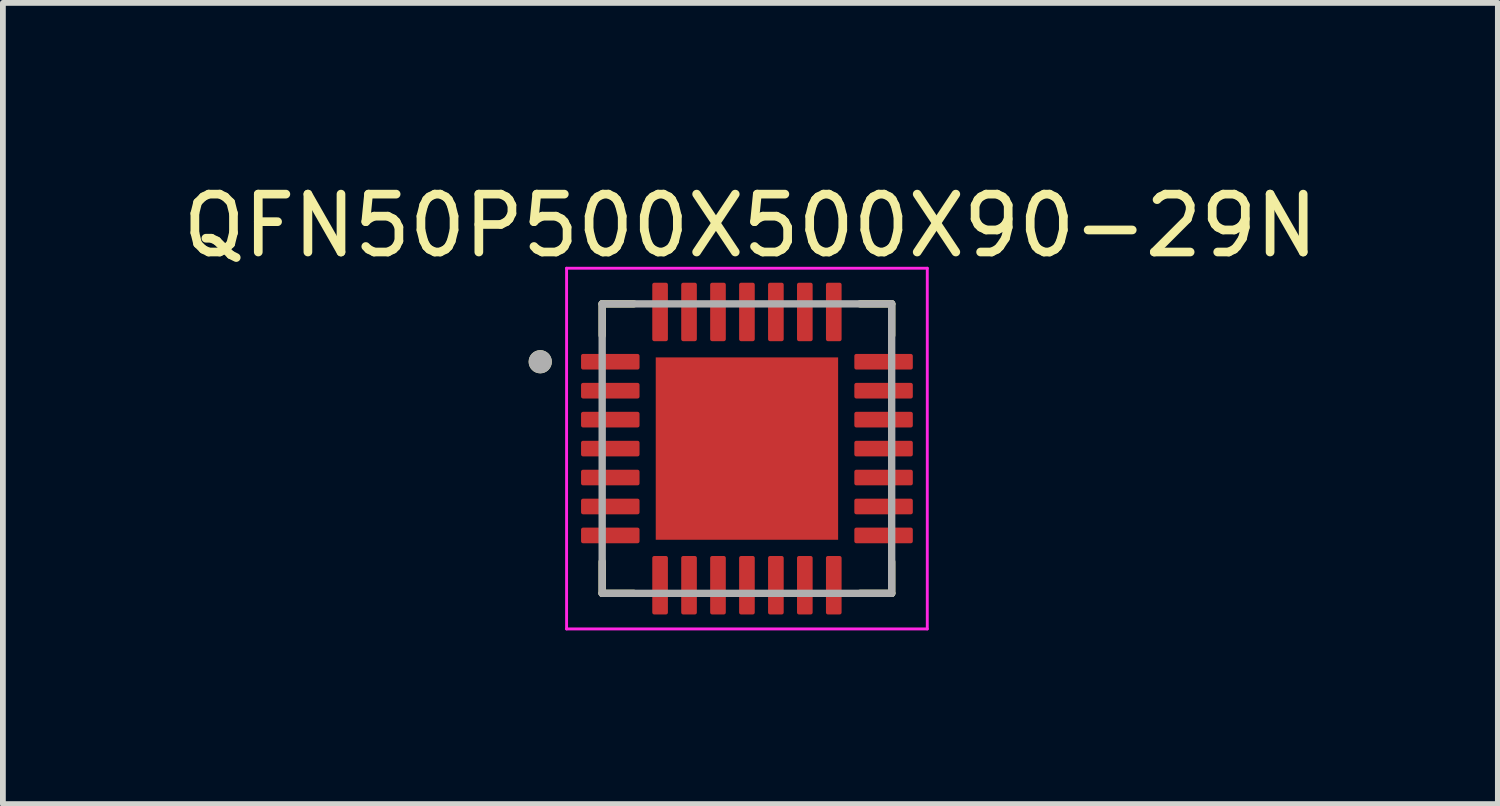
<source format=kicad_pcb>
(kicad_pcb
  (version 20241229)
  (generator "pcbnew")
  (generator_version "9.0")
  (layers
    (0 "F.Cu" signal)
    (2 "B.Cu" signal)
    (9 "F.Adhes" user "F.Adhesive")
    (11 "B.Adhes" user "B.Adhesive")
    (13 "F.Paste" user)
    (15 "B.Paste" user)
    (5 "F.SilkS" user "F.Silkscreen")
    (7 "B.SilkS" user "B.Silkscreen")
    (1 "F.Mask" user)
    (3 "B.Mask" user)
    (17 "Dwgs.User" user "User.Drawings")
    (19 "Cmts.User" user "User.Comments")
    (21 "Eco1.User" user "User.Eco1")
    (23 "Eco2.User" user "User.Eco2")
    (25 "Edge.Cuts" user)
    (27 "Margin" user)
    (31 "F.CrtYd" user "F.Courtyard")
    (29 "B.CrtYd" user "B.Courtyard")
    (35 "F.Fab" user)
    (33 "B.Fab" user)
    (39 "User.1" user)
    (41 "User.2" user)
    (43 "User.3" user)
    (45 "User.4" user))
  (footprint "QFN50P500X500X90-29N"
    (layer "F.Cu")
    (at 9.851 4.698)
    (property "Reference" "QFN50P500X500X90-29N" (at 0.06 -3.85 0) (layer "F.SilkS") (effects (font (size 1 1) (thickness 0.15))))
    (attr smd)
    (fp_line (start -2.5 -2.5) (end -2.5 -1.955) (stroke (width 0.127) (type solid)) (layer "F.SilkS"))
    (fp_line (start -2.5 -2.5) (end -1.955 -2.5) (stroke (width 0.127) (type solid)) (layer "F.SilkS"))
    (fp_line (start -2.5 2.5) (end -2.5 1.955) (stroke (width 0.127) (type solid)) (layer "F.SilkS"))
    (fp_line (start -2.5 2.5) (end -1.955 2.5) (stroke (width 0.127) (type solid)) (layer "F.SilkS"))
    (fp_line (start 2.5 -2.5) (end 1.955 -2.5) (stroke (width 0.127) (type solid)) (layer "F.SilkS"))
    (fp_line (start 2.5 -2.5) (end 2.5 -1.955) (stroke (width 0.127) (type solid)) (layer "F.SilkS"))
    (fp_line (start 2.5 2.5) (end 1.955 2.5) (stroke (width 0.127) (type solid)) (layer "F.SilkS"))
    (fp_line (start 2.5 2.5) (end 2.5 1.955) (stroke (width 0.127) (type solid)) (layer "F.SilkS"))
    (fp_circle (center -3.57 -1.5) (end -3.47 -1.5) (stroke (width 0.2) (type solid)) (fill no) (layer "F.SilkS"))
    (fp_poly (pts (xy -1 -1) (xy 1 -1) (xy 1 1) (xy -1 1)) (stroke (width 0.01) (type solid)) (fill yes) (layer "F.Paste"))
    (fp_line (start -3.115 -3.115) (end 3.115 -3.115) (stroke (width 0.05) (type solid)) (layer "F.CrtYd"))
    (fp_line (start -3.115 3.115) (end -3.115 -3.115) (stroke (width 0.05) (type solid)) (layer "F.CrtYd"))
    (fp_line (start -3.115 3.115) (end 3.115 3.115) (stroke (width 0.05) (type solid)) (layer "F.CrtYd"))
    (fp_line (start 3.115 3.115) (end 3.115 -3.115) (stroke (width 0.05) (type solid)) (layer "F.CrtYd"))
    (fp_line (start -2.5 2.5) (end -2.5 -2.5) (stroke (width 0.127) (type solid)) (layer "F.Fab"))
    (fp_line (start 2.5 -2.5) (end -2.5 -2.5) (stroke (width 0.127) (type solid)) (layer "F.Fab"))
    (fp_line (start 2.5 2.5) (end -2.5 2.5) (stroke (width 0.127) (type solid)) (layer "F.Fab"))
    (fp_line (start 2.5 2.5) (end 2.5 -2.5) (stroke (width 0.127) (type solid)) (layer "F.Fab"))
    (fp_circle (center -3.57 -1.5) (end -3.47 -1.5) (stroke (width 0.2) (type solid)) (fill no) (layer "F.Fab"))
    (pad "1" smd roundrect (at -2.36 -1.5) (size 1.01 0.27) (layers "F.Cu" "F.Mask" "F.Paste") (roundrect_rratio 0.125))
    (pad "2" smd roundrect (at -2.36 -1) (size 1.01 0.27) (layers "F.Cu" "F.Mask" "F.Paste") (roundrect_rratio 0.125))
    (pad "3" smd roundrect (at -2.36 -0.5) (size 1.01 0.27) (layers "F.Cu" "F.Mask" "F.Paste") (roundrect_rratio 0.125))
    (pad "4" smd roundrect (at -2.36 0) (size 1.01 0.27) (layers "F.Cu" "F.Mask" "F.Paste") (roundrect_rratio 0.125))
    (pad "5" smd roundrect (at -2.36 0.5) (size 1.01 0.27) (layers "F.Cu" "F.Mask" "F.Paste") (roundrect_rratio 0.125))
    (pad "6" smd roundrect (at -2.36 1) (size 1.01 0.27) (layers "F.Cu" "F.Mask" "F.Paste") (roundrect_rratio 0.125))
    (pad "7" smd roundrect (at -2.36 1.5) (size 1.01 0.27) (layers "F.Cu" "F.Mask" "F.Paste") (roundrect_rratio 0.125))
    (pad "8" smd roundrect (at -1.5 2.36) (size 0.27 1.01) (layers "F.Cu" "F.Mask" "F.Paste") (roundrect_rratio 0.125))
    (pad "9" smd roundrect (at -1 2.36) (size 0.27 1.01) (layers "F.Cu" "F.Mask" "F.Paste") (roundrect_rratio 0.125))
    (pad "10" smd roundrect (at -0.5 2.36) (size 0.27 1.01) (layers "F.Cu" "F.Mask" "F.Paste") (roundrect_rratio 0.125))
    (pad "11" smd roundrect (at 0 2.36) (size 0.27 1.01) (layers "F.Cu" "F.Mask" "F.Paste") (roundrect_rratio 0.125))
    (pad "12" smd roundrect (at 0.5 2.36) (size 0.27 1.01) (layers "F.Cu" "F.Mask" "F.Paste") (roundrect_rratio 0.125))
    (pad "13" smd roundrect (at 1 2.36) (size 0.27 1.01) (layers "F.Cu" "F.Mask" "F.Paste") (roundrect_rratio 0.125))
    (pad "14" smd roundrect (at 1.5 2.36) (size 0.27 1.01) (layers "F.Cu" "F.Mask" "F.Paste") (roundrect_rratio 0.125))
    (pad "15" smd roundrect (at 2.36 1.5) (size 1.01 0.27) (layers "F.Cu" "F.Mask" "F.Paste") (roundrect_rratio 0.125))
    (pad "16" smd roundrect (at 2.36 1) (size 1.01 0.27) (layers "F.Cu" "F.Mask" "F.Paste") (roundrect_rratio 0.125))
    (pad "17" smd roundrect (at 2.36 0.5) (size 1.01 0.27) (layers "F.Cu" "F.Mask" "F.Paste") (roundrect_rratio 0.125))
    (pad "18" smd roundrect (at 2.36 0) (size 1.01 0.27) (layers "F.Cu" "F.Mask" "F.Paste") (roundrect_rratio 0.125))
    (pad "19" smd roundrect (at 2.36 -0.5) (size 1.01 0.27) (layers "F.Cu" "F.Mask" "F.Paste") (roundrect_rratio 0.125))
    (pad "20" smd roundrect (at 2.36 -1) (size 1.01 0.27) (layers "F.Cu" "F.Mask" "F.Paste") (roundrect_rratio 0.125))
    (pad "21" smd roundrect (at 2.36 -1.5) (size 1.01 0.27) (layers "F.Cu" "F.Mask" "F.Paste") (roundrect_rratio 0.125))
    (pad "22" smd roundrect (at 1.5 -2.36) (size 0.27 1.01) (layers "F.Cu" "F.Mask" "F.Paste") (roundrect_rratio 0.125))
    (pad "23" smd roundrect (at 1 -2.36) (size 0.27 1.01) (layers "F.Cu" "F.Mask" "F.Paste") (roundrect_rratio 0.125))
    (pad "24" smd roundrect (at 0.5 -2.36) (size 0.27 1.01) (layers "F.Cu" "F.Mask" "F.Paste") (roundrect_rratio 0.125))
    (pad "25" smd roundrect (at 0 -2.36) (size 0.27 1.01) (layers "F.Cu" "F.Mask" "F.Paste") (roundrect_rratio 0.125))
    (pad "26" smd roundrect (at -0.5 -2.36) (size 0.27 1.01) (layers "F.Cu" "F.Mask" "F.Paste") (roundrect_rratio 0.125))
    (pad "27" smd roundrect (at -1 -2.36) (size 0.27 1.01) (layers "F.Cu" "F.Mask" "F.Paste") (roundrect_rratio 0.125))
    (pad "28" smd roundrect (at -1.5 -2.36) (size 0.27 1.01) (layers "F.Cu" "F.Mask" "F.Paste") (roundrect_rratio 0.125))
    (pad "29" smd rect (at 0 0) (size 3.15 3.15) (layers "F.Cu" "F.Mask")))
  (gr_rect
    (start -3 -3)
    (end 22.821 10.838)
    (stroke (width 0.1) (type default))
    (fill no)
    (layer "Edge.Cuts")))
</source>
